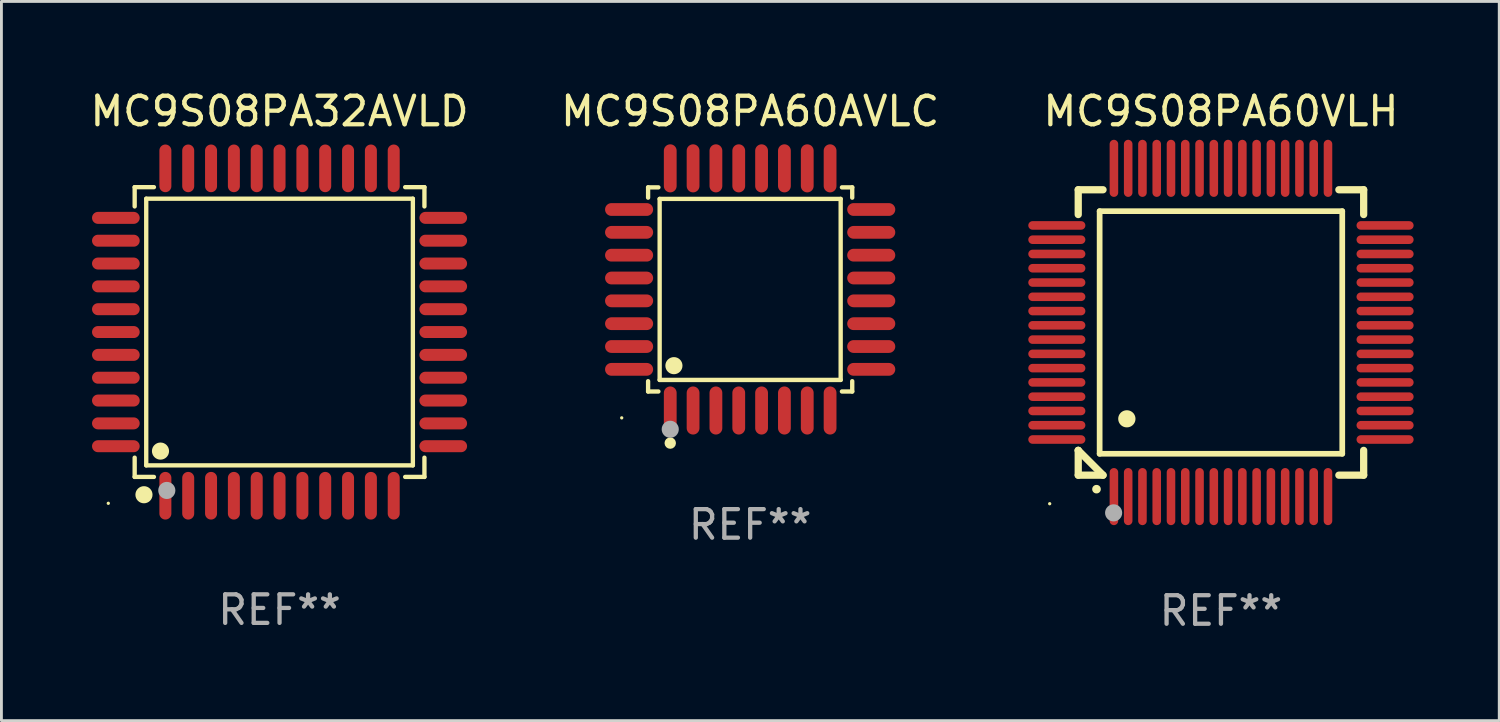
<source format=kicad_pcb>
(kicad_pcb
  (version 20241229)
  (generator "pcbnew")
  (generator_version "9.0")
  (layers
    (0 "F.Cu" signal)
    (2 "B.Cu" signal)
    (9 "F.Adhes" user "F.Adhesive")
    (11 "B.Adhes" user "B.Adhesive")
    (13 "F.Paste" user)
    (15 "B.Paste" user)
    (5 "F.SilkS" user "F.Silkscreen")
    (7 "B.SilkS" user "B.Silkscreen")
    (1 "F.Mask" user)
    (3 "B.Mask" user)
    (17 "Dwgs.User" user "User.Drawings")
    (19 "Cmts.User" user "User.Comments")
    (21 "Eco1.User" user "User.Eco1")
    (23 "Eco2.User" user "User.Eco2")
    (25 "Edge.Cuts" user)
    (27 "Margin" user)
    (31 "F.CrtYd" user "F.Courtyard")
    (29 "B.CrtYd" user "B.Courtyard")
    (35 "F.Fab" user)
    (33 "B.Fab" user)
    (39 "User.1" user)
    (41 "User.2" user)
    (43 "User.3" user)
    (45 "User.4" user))
  (footprint "MC9S08PA60AVLC"
    (layer "F.Cu")
    (at 23.232 7.09)
    (property "Reference" "MC9S08PA60AVLC" (at 0 -6.242 0) (layer "F.SilkS") (effects (font (size 1 1) (thickness 0.15))))
    (attr through_hole)
    (fp_line (start -3.576 -3.576) (end -3.215 -3.576) (stroke (width 0.152) (type solid)) (layer "F.SilkS"))
    (fp_line (start -3.576 -3.215) (end -3.576 -3.576) (stroke (width 0.152) (type solid)) (layer "F.SilkS"))
    (fp_line (start -3.576 3.215) (end -3.576 3.576) (stroke (width 0.152) (type solid)) (layer "F.SilkS"))
    (fp_line (start -3.576 3.576) (end -3.215 3.576) (stroke (width 0.152) (type solid)) (layer "F.SilkS"))
    (fp_line (start -3.171 -3.171) (end 3.171 -3.171) (stroke (width 0.152) (type solid)) (layer "F.SilkS"))
    (fp_line (start -3.171 3.171) (end -3.171 -3.171) (stroke (width 0.152) (type solid)) (layer "F.SilkS"))
    (fp_line (start 3.171 -3.171) (end 3.171 3.171) (stroke (width 0.152) (type solid)) (layer "F.SilkS"))
    (fp_line (start 3.171 3.171) (end -3.171 3.171) (stroke (width 0.152) (type solid)) (layer "F.SilkS"))
    (fp_line (start 3.576 -3.576) (end 3.215 -3.576) (stroke (width 0.152) (type solid)) (layer "F.SilkS"))
    (fp_line (start 3.576 -3.215) (end 3.576 -3.576) (stroke (width 0.152) (type solid)) (layer "F.SilkS"))
    (fp_line (start 3.576 3.215) (end 3.576 3.576) (stroke (width 0.152) (type solid)) (layer "F.SilkS"))
    (fp_line (start 3.576 3.576) (end 3.215 3.576) (stroke (width 0.152) (type solid)) (layer "F.SilkS"))
    (fp_circle (center -4.5 4.5) (end -4.47 4.5) (stroke (width 0.06) (type solid)) (fill no) (layer "F.SilkS"))
    (fp_circle (center -2.8 5.384) (end -2.7 5.384) (stroke (width 0.2) (type solid)) (fill no) (layer "F.SilkS"))
    (fp_circle (center -2.671 2.671) (end -2.521 2.671) (stroke (width 0.3) (type solid)) (fill no) (layer "F.SilkS"))
    (fp_circle (center -2.8 4.9) (end -2.65 4.9) (stroke (width 0.3) (type solid)) (fill no) (layer "F.Fab"))
    (fp_text user "REF**" (at 0 8.242 0) (layer "F.Fab") (effects (font (size 1 1) (thickness 0.15))))
    (pad "1" smd oval (at -2.8 4.242) (size 0.448 1.684) (layers "F.Cu" "F.Mask" "F.Paste"))
    (pad "2" smd oval (at -2 4.242) (size 0.448 1.684) (layers "F.Cu" "F.Mask" "F.Paste"))
    (pad "3" smd oval (at -1.2 4.242) (size 0.448 1.684) (layers "F.Cu" "F.Mask" "F.Paste"))
    (pad "4" smd oval (at -0.4 4.242) (size 0.448 1.684) (layers "F.Cu" "F.Mask" "F.Paste"))
    (pad "5" smd oval (at 0.4 4.242) (size 0.448 1.684) (layers "F.Cu" "F.Mask" "F.Paste"))
    (pad "6" smd oval (at 1.2 4.242) (size 0.448 1.684) (layers "F.Cu" "F.Mask" "F.Paste"))
    (pad "7" smd oval (at 2 4.242) (size 0.448 1.684) (layers "F.Cu" "F.Mask" "F.Paste"))
    (pad "8" smd oval (at 2.8 4.242) (size 0.448 1.684) (layers "F.Cu" "F.Mask" "F.Paste"))
    (pad "9" smd oval (at 4.242 2.8) (size 1.684 0.448) (layers "F.Cu" "F.Mask" "F.Paste"))
    (pad "10" smd oval (at 4.242 2) (size 1.684 0.448) (layers "F.Cu" "F.Mask" "F.Paste"))
    (pad "11" smd oval (at 4.242 1.2) (size 1.684 0.448) (layers "F.Cu" "F.Mask" "F.Paste"))
    (pad "12" smd oval (at 4.242 0.4) (size 1.684 0.448) (layers "F.Cu" "F.Mask" "F.Paste"))
    (pad "13" smd oval (at 4.242 -0.4) (size 1.684 0.448) (layers "F.Cu" "F.Mask" "F.Paste"))
    (pad "14" smd oval (at 4.242 -1.2) (size 1.684 0.448) (layers "F.Cu" "F.Mask" "F.Paste"))
    (pad "15" smd oval (at 4.242 -2) (size 1.684 0.448) (layers "F.Cu" "F.Mask" "F.Paste"))
    (pad "16" smd oval (at 4.242 -2.8) (size 1.684 0.448) (layers "F.Cu" "F.Mask" "F.Paste"))
    (pad "17" smd oval (at 2.8 -4.242) (size 0.448 1.684) (layers "F.Cu" "F.Mask" "F.Paste"))
    (pad "18" smd oval (at 2 -4.242) (size 0.448 1.684) (layers "F.Cu" "F.Mask" "F.Paste"))
    (pad "19" smd oval (at 1.2 -4.242) (size 0.448 1.684) (layers "F.Cu" "F.Mask" "F.Paste"))
    (pad "20" smd oval (at 0.4 -4.242) (size 0.448 1.684) (layers "F.Cu" "F.Mask" "F.Paste"))
    (pad "21" smd oval (at -0.4 -4.242) (size 0.448 1.684) (layers "F.Cu" "F.Mask" "F.Paste"))
    (pad "22" smd oval (at -1.2 -4.242) (size 0.448 1.684) (layers "F.Cu" "F.Mask" "F.Paste"))
    (pad "23" smd oval (at -2 -4.242) (size 0.448 1.684) (layers "F.Cu" "F.Mask" "F.Paste"))
    (pad "24" smd oval (at -2.8 -4.242) (size 0.448 1.684) (layers "F.Cu" "F.Mask" "F.Paste"))
    (pad "25" smd oval (at -4.242 -2.8) (size 1.684 0.448) (layers "F.Cu" "F.Mask" "F.Paste"))
    (pad "26" smd oval (at -4.242 -2) (size 1.684 0.448) (layers "F.Cu" "F.Mask" "F.Paste"))
    (pad "27" smd oval (at -4.242 -1.2) (size 1.684 0.448) (layers "F.Cu" "F.Mask" "F.Paste"))
    (pad "28" smd oval (at -4.242 -0.4) (size 1.684 0.448) (layers "F.Cu" "F.Mask" "F.Paste"))
    (pad "29" smd oval (at -4.242 0.4) (size 1.684 0.448) (layers "F.Cu" "F.Mask" "F.Paste"))
    (pad "30" smd oval (at -4.242 1.2) (size 1.684 0.448) (layers "F.Cu" "F.Mask" "F.Paste"))
    (pad "31" smd oval (at -4.242 2) (size 1.684 0.448) (layers "F.Cu" "F.Mask" "F.Paste"))
    (pad "32" smd oval (at -4.242 2.8) (size 1.684 0.448) (layers "F.Cu" "F.Mask" "F.Paste")))
  (footprint "MC9S08PA60VLH"
    (layer "F.Cu")
    (at 39.726 8.598)
    (property "Reference" "MC9S08PA60VLH" (at 0 -7.75 0) (layer "F.SilkS") (effects (font (size 1 1) (thickness 0.15))))
    (attr through_hole)
    (fp_line (start -5 -5) (end -4.131 -5) (stroke (width 0.254) (type solid)) (layer "F.SilkS"))
    (fp_line (start -5 -4.131) (end -5 -5) (stroke (width 0.254) (type solid)) (layer "F.SilkS"))
    (fp_line (start -5 4.131) (end -5 4.131) (stroke (width 0.254) (type solid)) (layer "F.SilkS"))
    (fp_line (start -5 5) (end -5 4.131) (stroke (width 0.254) (type solid)) (layer "F.SilkS"))
    (fp_line (start -5 4.131) (end -4.131 5) (stroke (width 0.254) (type solid)) (layer "F.SilkS"))
    (fp_line (start -4.25 -4.25) (end -4.25 4.25) (stroke (width 0.2) (type solid)) (layer "F.SilkS"))
    (fp_line (start -4.25 4.25) (end 4.25 4.25) (stroke (width 0.2) (type solid)) (layer "F.SilkS"))
    (fp_line (start -4.131 5) (end -5 5) (stroke (width 0.254) (type solid)) (layer "F.SilkS"))
    (fp_line (start 4.25 -4.25) (end -4.25 -4.25) (stroke (width 0.2) (type solid)) (layer "F.SilkS"))
    (fp_line (start 4.25 4.25) (end 4.25 -4.25) (stroke (width 0.2) (type solid)) (layer "F.SilkS"))
    (fp_line (start 5 -5) (end 4.131 -5) (stroke (width 0.254) (type solid)) (layer "F.SilkS"))
    (fp_line (start 5 -5) (end 5 -4.131) (stroke (width 0.254) (type solid)) (layer "F.SilkS"))
    (fp_line (start 5 4.131) (end 5 5) (stroke (width 0.254) (type solid)) (layer "F.SilkS"))
    (fp_line (start 5 5) (end 4.131 5) (stroke (width 0.254) (type solid)) (layer "F.SilkS"))
    (fp_arc (start -4.361265 5.489992) (mid -4.359995 5.489987) (end -4.358725 5.489992) (stroke (width 0.3) (type solid)) (layer "F.SilkS"))
    (fp_arc (start -3.299467 3.025146) (mid -3.296927 3.025135) (end -3.294387 3.025146) (stroke (width 0.6) (type solid)) (layer "F.SilkS"))
    (fp_circle (center -6 6) (end -5.97 6) (stroke (width 0.06) (type solid)) (fill no) (layer "F.SilkS"))
    (fp_circle (center -3.76 6.32) (end -3.61 6.32) (stroke (width 0.3) (type solid)) (fill no) (layer "F.Fab"))
    (fp_text user "REF**" (at 0 9.75 0) (layer "F.Fab") (effects (font (size 1 1) (thickness 0.15))))
    (pad "1" smd oval (at -3.75 5.75) (size 0.3 2) (layers "F.Cu" "F.Mask" "F.Paste"))
    (pad "2" smd oval (at -3.25 5.75) (size 0.3 2) (layers "F.Cu" "F.Mask" "F.Paste"))
    (pad "3" smd oval (at -2.75 5.75) (size 0.3 2) (layers "F.Cu" "F.Mask" "F.Paste"))
    (pad "4" smd oval (at -2.25 5.75) (size 0.3 2) (layers "F.Cu" "F.Mask" "F.Paste"))
    (pad "5" smd oval (at -1.75 5.75) (size 0.3 2) (layers "F.Cu" "F.Mask" "F.Paste"))
    (pad "6" smd oval (at -1.25 5.75) (size 0.3 2) (layers "F.Cu" "F.Mask" "F.Paste"))
    (pad "7" smd oval (at -0.75 5.75) (size 0.3 2) (layers "F.Cu" "F.Mask" "F.Paste"))
    (pad "8" smd oval (at -0.25 5.75) (size 0.3 2) (layers "F.Cu" "F.Mask" "F.Paste"))
    (pad "9" smd oval (at 0.25 5.75) (size 0.3 2) (layers "F.Cu" "F.Mask" "F.Paste"))
    (pad "10" smd oval (at 0.75 5.75) (size 0.3 2) (layers "F.Cu" "F.Mask" "F.Paste"))
    (pad "11" smd oval (at 1.25 5.75) (size 0.3 2) (layers "F.Cu" "F.Mask" "F.Paste"))
    (pad "12" smd oval (at 1.75 5.75) (size 0.3 2) (layers "F.Cu" "F.Mask" "F.Paste"))
    (pad "13" smd oval (at 2.25 5.75) (size 0.3 2) (layers "F.Cu" "F.Mask" "F.Paste"))
    (pad "14" smd oval (at 2.75 5.75) (size 0.3 2) (layers "F.Cu" "F.Mask" "F.Paste"))
    (pad "15" smd oval (at 3.25 5.75) (size 0.3 2) (layers "F.Cu" "F.Mask" "F.Paste"))
    (pad "16" smd oval (at 3.75 5.75) (size 0.3 2) (layers "F.Cu" "F.Mask" "F.Paste"))
    (pad "17" smd oval (at 5.75 3.75) (size 2 0.3) (layers "F.Cu" "F.Mask" "F.Paste"))
    (pad "18" smd oval (at 5.75 3.25) (size 2 0.3) (layers "F.Cu" "F.Mask" "F.Paste"))
    (pad "19" smd oval (at 5.75 2.75) (size 2 0.3) (layers "F.Cu" "F.Mask" "F.Paste"))
    (pad "20" smd oval (at 5.75 2.25) (size 2 0.3) (layers "F.Cu" "F.Mask" "F.Paste"))
    (pad "21" smd oval (at 5.75 1.75) (size 2 0.3) (layers "F.Cu" "F.Mask" "F.Paste"))
    (pad "22" smd oval (at 5.75 1.25) (size 2 0.3) (layers "F.Cu" "F.Mask" "F.Paste"))
    (pad "23" smd oval (at 5.75 0.75) (size 2 0.3) (layers "F.Cu" "F.Mask" "F.Paste"))
    (pad "24" smd oval (at 5.75 0.25) (size 2 0.3) (layers "F.Cu" "F.Mask" "F.Paste"))
    (pad "25" smd oval (at 5.75 -0.25) (size 2 0.3) (layers "F.Cu" "F.Mask" "F.Paste"))
    (pad "26" smd oval (at 5.75 -0.75) (size 2 0.3) (layers "F.Cu" "F.Mask" "F.Paste"))
    (pad "27" smd oval (at 5.75 -1.25) (size 2 0.3) (layers "F.Cu" "F.Mask" "F.Paste"))
    (pad "28" smd oval (at 5.75 -1.75) (size 2 0.3) (layers "F.Cu" "F.Mask" "F.Paste"))
    (pad "29" smd oval (at 5.75 -2.25) (size 2 0.3) (layers "F.Cu" "F.Mask" "F.Paste"))
    (pad "30" smd oval (at 5.75 -2.75) (size 2 0.3) (layers "F.Cu" "F.Mask" "F.Paste"))
    (pad "31" smd oval (at 5.75 -3.25) (size 2 0.3) (layers "F.Cu" "F.Mask" "F.Paste"))
    (pad "32" smd oval (at 5.75 -3.75) (size 2 0.3) (layers "F.Cu" "F.Mask" "F.Paste"))
    (pad "33" smd oval (at 3.75 -5.75) (size 0.3 2) (layers "F.Cu" "F.Mask" "F.Paste"))
    (pad "34" smd oval (at 3.25 -5.75) (size 0.3 2) (layers "F.Cu" "F.Mask" "F.Paste"))
    (pad "35" smd oval (at 2.75 -5.75) (size 0.3 2) (layers "F.Cu" "F.Mask" "F.Paste"))
    (pad "36" smd oval (at 2.25 -5.75) (size 0.3 2) (layers "F.Cu" "F.Mask" "F.Paste"))
    (pad "37" smd oval (at 1.75 -5.75) (size 0.3 2) (layers "F.Cu" "F.Mask" "F.Paste"))
    (pad "38" smd oval (at 1.25 -5.75) (size 0.3 2) (layers "F.Cu" "F.Mask" "F.Paste"))
    (pad "39" smd oval (at 0.75 -5.75) (size 0.3 2) (layers "F.Cu" "F.Mask" "F.Paste"))
    (pad "40" smd oval (at 0.25 -5.75) (size 0.3 2) (layers "F.Cu" "F.Mask" "F.Paste"))
    (pad "41" smd oval (at -0.25 -5.75) (size 0.3 2) (layers "F.Cu" "F.Mask" "F.Paste"))
    (pad "42" smd oval (at -0.75 -5.75) (size 0.3 2) (layers "F.Cu" "F.Mask" "F.Paste"))
    (pad "43" smd oval (at -1.25 -5.75) (size 0.3 2) (layers "F.Cu" "F.Mask" "F.Paste"))
    (pad "44" smd oval (at -1.75 -5.75) (size 0.3 2) (layers "F.Cu" "F.Mask" "F.Paste"))
    (pad "45" smd oval (at -2.25 -5.75) (size 0.3 2) (layers "F.Cu" "F.Mask" "F.Paste"))
    (pad "46" smd oval (at -2.75 -5.75) (size 0.3 2) (layers "F.Cu" "F.Mask" "F.Paste"))
    (pad "47" smd oval (at -3.25 -5.75) (size 0.3 2) (layers "F.Cu" "F.Mask" "F.Paste"))
    (pad "48" smd oval (at -3.75 -5.75) (size 0.3 2) (layers "F.Cu" "F.Mask" "F.Paste"))
    (pad "49" smd oval (at -5.75 -3.75) (size 2 0.3) (layers "F.Cu" "F.Mask" "F.Paste"))
    (pad "50" smd oval (at -5.75 -3.25) (size 2 0.3) (layers "F.Cu" "F.Mask" "F.Paste"))
    (pad "51" smd oval (at -5.75 -2.75) (size 2 0.3) (layers "F.Cu" "F.Mask" "F.Paste"))
    (pad "52" smd oval (at -5.75 -2.25) (size 2 0.3) (layers "F.Cu" "F.Mask" "F.Paste"))
    (pad "53" smd oval (at -5.75 -1.75) (size 2 0.3) (layers "F.Cu" "F.Mask" "F.Paste"))
    (pad "54" smd oval (at -5.75 -1.25) (size 2 0.3) (layers "F.Cu" "F.Mask" "F.Paste"))
    (pad "55" smd oval (at -5.75 -0.75) (size 2 0.3) (layers "F.Cu" "F.Mask" "F.Paste"))
    (pad "56" smd oval (at -5.75 -0.25) (size 2 0.3) (layers "F.Cu" "F.Mask" "F.Paste"))
    (pad "57" smd oval (at -5.75 0.25) (size 2 0.3) (layers "F.Cu" "F.Mask" "F.Paste"))
    (pad "58" smd oval (at -5.75 0.75) (size 2 0.3) (layers "F.Cu" "F.Mask" "F.Paste"))
    (pad "59" smd oval (at -5.75 1.25) (size 2 0.3) (layers "F.Cu" "F.Mask" "F.Paste"))
    (pad "60" smd oval (at -5.75 1.75) (size 2 0.3) (layers "F.Cu" "F.Mask" "F.Paste"))
    (pad "61" smd oval (at -5.75 2.25) (size 2 0.3) (layers "F.Cu" "F.Mask" "F.Paste"))
    (pad "62" smd oval (at -5.75 2.75) (size 2 0.3) (layers "F.Cu" "F.Mask" "F.Paste"))
    (pad "63" smd oval (at -5.75 3.25) (size 2 0.3) (layers "F.Cu" "F.Mask" "F.Paste"))
    (pad "64" smd oval (at -5.75 3.75) (size 2 0.3) (layers "F.Cu" "F.Mask" "F.Paste")))
  (footprint "MC9S08PA32AVLD"
    (layer "F.Cu")
    (at 6.744 8.583)
    (property "Reference" "MC9S08PA32AVLD" (at 0 -7.735 0) (layer "F.SilkS") (effects (font (size 1 1) (thickness 0.15))))
    (attr through_hole)
    (fp_line (start -5.076 -5.076) (end -4.401 -5.076) (stroke (width 0.152) (type solid)) (layer "F.SilkS"))
    (fp_line (start -5.076 -4.401) (end -5.076 -5.076) (stroke (width 0.152) (type solid)) (layer "F.SilkS"))
    (fp_line (start -5.076 4.401) (end -5.076 5.076) (stroke (width 0.152) (type solid)) (layer "F.SilkS"))
    (fp_line (start -5.076 5.076) (end -4.401 5.076) (stroke (width 0.152) (type solid)) (layer "F.SilkS"))
    (fp_line (start -4.671 -4.671) (end 4.671 -4.671) (stroke (width 0.152) (type solid)) (layer "F.SilkS"))
    (fp_line (start -4.671 4.671) (end -4.671 -4.671) (stroke (width 0.152) (type solid)) (layer "F.SilkS"))
    (fp_line (start 4.671 -4.671) (end 4.671 4.671) (stroke (width 0.152) (type solid)) (layer "F.SilkS"))
    (fp_line (start 4.671 4.671) (end -4.671 4.671) (stroke (width 0.152) (type solid)) (layer "F.SilkS"))
    (fp_line (start 5.076 -5.076) (end 4.401 -5.076) (stroke (width 0.152) (type solid)) (layer "F.SilkS"))
    (fp_line (start 5.076 -4.401) (end 5.076 -5.076) (stroke (width 0.152) (type solid)) (layer "F.SilkS"))
    (fp_line (start 5.076 4.401) (end 5.076 5.076) (stroke (width 0.152) (type solid)) (layer "F.SilkS"))
    (fp_line (start 5.076 5.076) (end 4.401 5.076) (stroke (width 0.152) (type solid)) (layer "F.SilkS"))
    (fp_circle (center -6 6) (end -5.97 6) (stroke (width 0.06) (type solid)) (fill no) (layer "F.SilkS"))
    (fp_circle (center -4.75 5.7) (end -4.6 5.7) (stroke (width 0.3) (type solid)) (fill no) (layer "F.SilkS"))
    (fp_circle (center -4.171 4.171) (end -4.021 4.171) (stroke (width 0.3) (type solid)) (fill no) (layer "F.SilkS"))
    (fp_circle (center -3.95 5.55) (end -3.8 5.55) (stroke (width 0.3) (type solid)) (fill no) (layer "F.Fab"))
    (fp_text user "REF**" (at 0 9.735 0) (layer "F.Fab") (effects (font (size 1 1) (thickness 0.15))))
    (pad "1" smd oval (at -4 5.735) (size 0.42 1.67) (layers "F.Cu" "F.Mask" "F.Paste"))
    (pad "2" smd oval (at -3.2 5.735) (size 0.42 1.67) (layers "F.Cu" "F.Mask" "F.Paste"))
    (pad "3" smd oval (at -2.4 5.735) (size 0.42 1.67) (layers "F.Cu" "F.Mask" "F.Paste"))
    (pad "4" smd oval (at -1.6 5.735) (size 0.42 1.67) (layers "F.Cu" "F.Mask" "F.Paste"))
    (pad "5" smd oval (at -0.8 5.735) (size 0.42 1.67) (layers "F.Cu" "F.Mask" "F.Paste"))
    (pad "6" smd oval (at 0 5.735) (size 0.42 1.67) (layers "F.Cu" "F.Mask" "F.Paste"))
    (pad "7" smd oval (at 0.8 5.735) (size 0.42 1.67) (layers "F.Cu" "F.Mask" "F.Paste"))
    (pad "8" smd oval (at 1.6 5.735) (size 0.42 1.67) (layers "F.Cu" "F.Mask" "F.Paste"))
    (pad "9" smd oval (at 2.4 5.735) (size 0.42 1.67) (layers "F.Cu" "F.Mask" "F.Paste"))
    (pad "10" smd oval (at 3.2 5.735) (size 0.42 1.67) (layers "F.Cu" "F.Mask" "F.Paste"))
    (pad "11" smd oval (at 4 5.735) (size 0.42 1.67) (layers "F.Cu" "F.Mask" "F.Paste"))
    (pad "12" smd oval (at 5.735 4) (size 1.67 0.42) (layers "F.Cu" "F.Mask" "F.Paste"))
    (pad "13" smd oval (at 5.735 3.2) (size 1.67 0.42) (layers "F.Cu" "F.Mask" "F.Paste"))
    (pad "14" smd oval (at 5.735 2.4) (size 1.67 0.42) (layers "F.Cu" "F.Mask" "F.Paste"))
    (pad "15" smd oval (at 5.735 1.6) (size 1.67 0.42) (layers "F.Cu" "F.Mask" "F.Paste"))
    (pad "16" smd oval (at 5.735 0.8) (size 1.67 0.42) (layers "F.Cu" "F.Mask" "F.Paste"))
    (pad "17" smd oval (at 5.735 0) (size 1.67 0.42) (layers "F.Cu" "F.Mask" "F.Paste"))
    (pad "18" smd oval (at 5.735 -0.8) (size 1.67 0.42) (layers "F.Cu" "F.Mask" "F.Paste"))
    (pad "19" smd oval (at 5.735 -1.6) (size 1.67 0.42) (layers "F.Cu" "F.Mask" "F.Paste"))
    (pad "20" smd oval (at 5.735 -2.4) (size 1.67 0.42) (layers "F.Cu" "F.Mask" "F.Paste"))
    (pad "21" smd oval (at 5.735 -3.2) (size 1.67 0.42) (layers "F.Cu" "F.Mask" "F.Paste"))
    (pad "22" smd oval (at 5.735 -4) (size 1.67 0.42) (layers "F.Cu" "F.Mask" "F.Paste"))
    (pad "23" smd oval (at 4 -5.735) (size 0.42 1.67) (layers "F.Cu" "F.Mask" "F.Paste"))
    (pad "24" smd oval (at 3.2 -5.735) (size 0.42 1.67) (layers "F.Cu" "F.Mask" "F.Paste"))
    (pad "25" smd oval (at 2.4 -5.735) (size 0.42 1.67) (layers "F.Cu" "F.Mask" "F.Paste"))
    (pad "26" smd oval (at 1.6 -5.735) (size 0.42 1.67) (layers "F.Cu" "F.Mask" "F.Paste"))
    (pad "27" smd oval (at 0.8 -5.735) (size 0.42 1.67) (layers "F.Cu" "F.Mask" "F.Paste"))
    (pad "28" smd oval (at 0 -5.735) (size 0.42 1.67) (layers "F.Cu" "F.Mask" "F.Paste"))
    (pad "29" smd oval (at -0.8 -5.735) (size 0.42 1.67) (layers "F.Cu" "F.Mask" "F.Paste"))
    (pad "30" smd oval (at -1.6 -5.735) (size 0.42 1.67) (layers "F.Cu" "F.Mask" "F.Paste"))
    (pad "31" smd oval (at -2.4 -5.735) (size 0.42 1.67) (layers "F.Cu" "F.Mask" "F.Paste"))
    (pad "32" smd oval (at -3.2 -5.735) (size 0.42 1.67) (layers "F.Cu" "F.Mask" "F.Paste"))
    (pad "33" smd oval (at -4 -5.735) (size 0.42 1.67) (layers "F.Cu" "F.Mask" "F.Paste"))
    (pad "34" smd oval (at -5.735 -4) (size 1.67 0.42) (layers "F.Cu" "F.Mask" "F.Paste"))
    (pad "35" smd oval (at -5.735 -3.2) (size 1.67 0.42) (layers "F.Cu" "F.Mask" "F.Paste"))
    (pad "36" smd oval (at -5.735 -2.4) (size 1.67 0.42) (layers "F.Cu" "F.Mask" "F.Paste"))
    (pad "37" smd oval (at -5.735 -1.6) (size 1.67 0.42) (layers "F.Cu" "F.Mask" "F.Paste"))
    (pad "38" smd oval (at -5.735 -0.8) (size 1.67 0.42) (layers "F.Cu" "F.Mask" "F.Paste"))
    (pad "39" smd oval (at -5.735 0) (size 1.67 0.42) (layers "F.Cu" "F.Mask" "F.Paste"))
    (pad "40" smd oval (at -5.735 0.8) (size 1.67 0.42) (layers "F.Cu" "F.Mask" "F.Paste"))
    (pad "41" smd oval (at -5.735 1.6) (size 1.67 0.42) (layers "F.Cu" "F.Mask" "F.Paste"))
    (pad "42" smd oval (at -5.735 2.4) (size 1.67 0.42) (layers "F.Cu" "F.Mask" "F.Paste"))
    (pad "43" smd oval (at -5.735 3.2) (size 1.67 0.42) (layers "F.Cu" "F.Mask" "F.Paste"))
    (pad "44" smd oval (at -5.735 4) (size 1.67 0.42) (layers "F.Cu" "F.Mask" "F.Paste")))
  (gr_rect
    (start -3 -3)
    (end 49.476 22.196)
    (stroke (width 0.1) (type default))
    (fill no)
    (layer "Edge.Cuts")))
</source>
